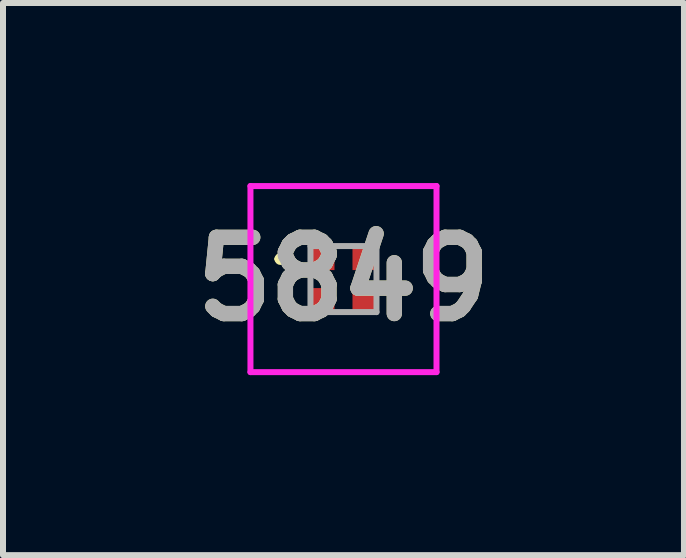
<source format=kicad_pcb>
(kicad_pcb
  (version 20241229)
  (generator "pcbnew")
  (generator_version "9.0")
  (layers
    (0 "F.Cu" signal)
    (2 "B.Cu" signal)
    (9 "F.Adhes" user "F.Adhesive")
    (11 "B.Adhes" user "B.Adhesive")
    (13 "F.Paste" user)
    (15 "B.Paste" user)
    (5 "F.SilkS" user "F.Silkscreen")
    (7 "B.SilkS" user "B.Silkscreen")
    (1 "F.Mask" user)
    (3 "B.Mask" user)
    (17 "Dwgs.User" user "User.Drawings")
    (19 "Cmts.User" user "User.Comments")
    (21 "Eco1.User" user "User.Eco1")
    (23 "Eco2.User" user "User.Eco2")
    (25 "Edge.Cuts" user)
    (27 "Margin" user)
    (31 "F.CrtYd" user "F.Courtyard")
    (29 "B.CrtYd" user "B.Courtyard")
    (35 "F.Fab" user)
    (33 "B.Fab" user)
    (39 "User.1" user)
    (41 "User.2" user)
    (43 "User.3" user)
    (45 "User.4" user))
  (footprint "5849"
    (layer "F.Cu")
    (at 2.673 1.6)
    (property "Reference" "5849" (at 0 0 0) (layer "F.SilkS") (effects (font (size 1.27 1.27) (thickness 0.254))))
    (attr smd)
    (fp_line (start -1.1 -0.335) (end -1.1 -0.335) (stroke (width 0.1) (type solid)) (layer "F.SilkS"))
    (fp_line (start -1 -0.335) (end -1 -0.335) (stroke (width 0.1) (type solid)) (layer "F.SilkS"))
    (fp_arc (start -1.1 -0.335) (mid -1.05 -0.385) (end -1 -0.335) (stroke (width 0.1) (type solid)) (layer "F.SilkS"))
    (fp_arc (start -1 -0.335) (mid -1.05 -0.285) (end -1.1 -0.335) (stroke (width 0.1) (type solid)) (layer "F.SilkS"))
    (fp_line (start -1.55 -1.55) (end 1.55 -1.55) (stroke (width 0.1) (type solid)) (layer "F.CrtYd"))
    (fp_line (start -1.55 1.55) (end -1.55 -1.55) (stroke (width 0.1) (type solid)) (layer "F.CrtYd"))
    (fp_line (start 1.55 -1.55) (end 1.55 1.55) (stroke (width 0.1) (type solid)) (layer "F.CrtYd"))
    (fp_line (start 1.55 1.55) (end -1.55 1.55) (stroke (width 0.1) (type solid)) (layer "F.CrtYd"))
    (fp_line (start -0.55 -0.55) (end 0.55 -0.55) (stroke (width 0.1) (type solid)) (layer "F.Fab"))
    (fp_line (start -0.55 0.55) (end -0.55 -0.55) (stroke (width 0.1) (type solid)) (layer "F.Fab"))
    (fp_line (start 0.55 -0.55) (end 0.55 0.55) (stroke (width 0.1) (type solid)) (layer "F.Fab"))
    (fp_line (start 0.55 0.55) (end -0.55 0.55) (stroke (width 0.1) (type solid)) (layer "F.Fab"))
    (fp_text user "${REFERENCE}" (at 0 0 0) (layer "F.Fab") (effects (font (size 1.27 1.27) (thickness 0.254))))
    (pad "1" smd rect (at -0.335 -0.335 90) (size 0.37 0.37) (layers "F.Cu" "F.Mask" "F.Paste"))
    (pad "2" smd rect (at -0.335 0.335 90) (size 0.37 0.37) (layers "F.Cu" "F.Mask" "F.Paste"))
    (pad "3" smd rect (at 0.335 0.335 90) (size 0.37 0.37) (layers "F.Cu" "F.Mask" "F.Paste"))
    (pad "4" smd rect (at 0.335 -0.335 90) (size 0.37 0.37) (layers "F.Cu" "F.Mask" "F.Paste")))
  (gr_rect
    (start -3 -3)
    (end 8.346 6.2)
    (stroke (width 0.1) (type default))
    (fill no)
    (layer "Edge.Cuts")))
</source>
